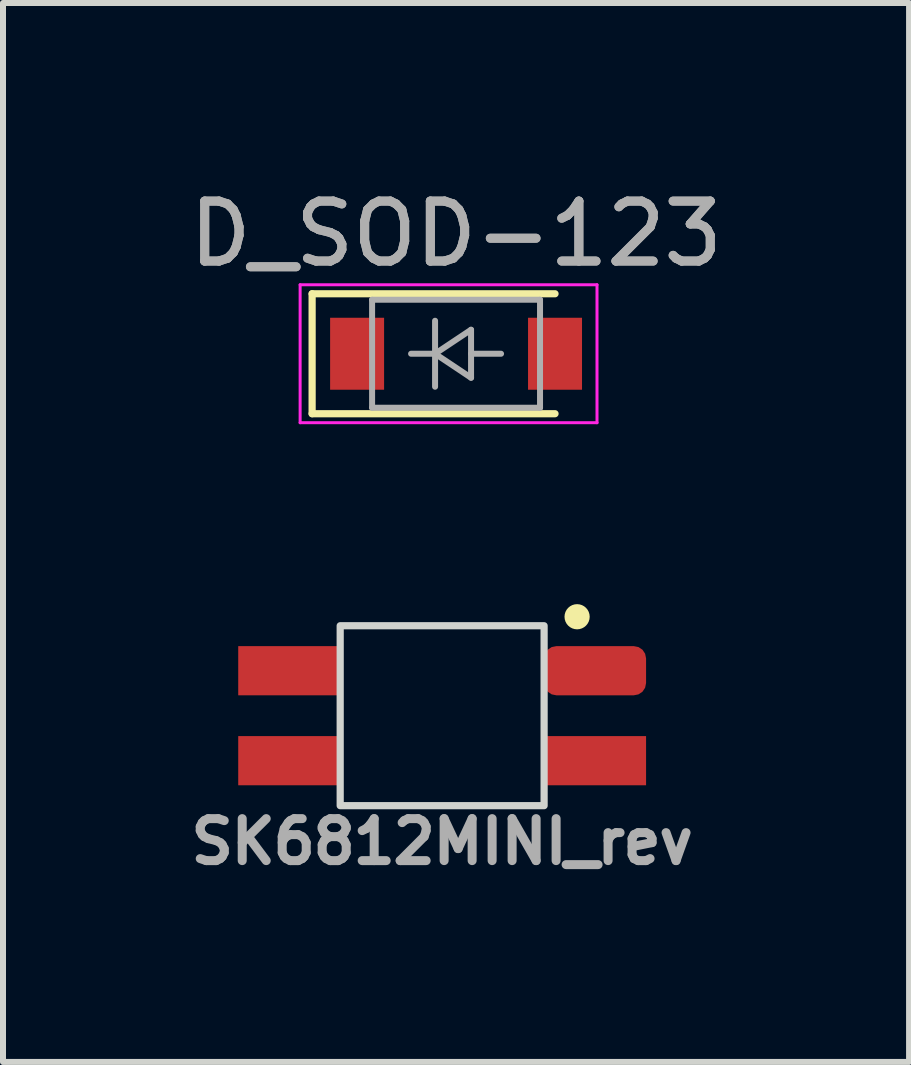
<source format=kicad_pcb>
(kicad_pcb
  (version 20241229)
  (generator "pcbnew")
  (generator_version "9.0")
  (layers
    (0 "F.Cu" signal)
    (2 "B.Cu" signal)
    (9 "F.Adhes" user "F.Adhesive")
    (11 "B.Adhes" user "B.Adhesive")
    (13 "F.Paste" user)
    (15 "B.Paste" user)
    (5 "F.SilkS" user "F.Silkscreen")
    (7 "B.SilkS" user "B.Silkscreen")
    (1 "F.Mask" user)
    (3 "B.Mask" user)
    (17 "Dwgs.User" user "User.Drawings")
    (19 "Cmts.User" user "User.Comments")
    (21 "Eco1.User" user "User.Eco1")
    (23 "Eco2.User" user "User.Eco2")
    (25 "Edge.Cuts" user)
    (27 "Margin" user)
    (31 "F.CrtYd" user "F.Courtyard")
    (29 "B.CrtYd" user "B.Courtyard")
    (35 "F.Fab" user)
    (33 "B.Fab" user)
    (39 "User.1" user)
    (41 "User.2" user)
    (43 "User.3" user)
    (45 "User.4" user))
  (footprint "D_SOD-123"
    (layer "F.Cu")
    (at 4.554 2.848)
    (property "Reference" "D_SOD-123" (at 0 -2 0) (layer "F.Fab") (effects (font (size 1 1) (thickness 0.15))))
    (attr smd)
    (fp_line (start -2.4 -1) (end -2.4 1) (stroke (width 0.12) (type solid)) (layer "F.SilkS"))
    (fp_line (start -2.4 -1) (end 1.65 -1) (stroke (width 0.12) (type solid)) (layer "F.SilkS"))
    (fp_line (start -2.4 1) (end 1.65 1) (stroke (width 0.12) (type solid)) (layer "F.SilkS"))
    (fp_line (start -2.6 -1.15) (end -2.6 1.15) (stroke (width 0.05) (type solid)) (layer "F.CrtYd"))
    (fp_line (start -2.6 -1.15) (end 2.35 -1.15) (stroke (width 0.05) (type solid)) (layer "F.CrtYd"))
    (fp_line (start 2.35 -1.15) (end 2.35 1.15) (stroke (width 0.05) (type solid)) (layer "F.CrtYd"))
    (fp_line (start 2.35 1.15) (end -2.6 1.15) (stroke (width 0.05) (type solid)) (layer "F.CrtYd"))
    (fp_line (start -1.4 -0.9) (end 1.4 -0.9) (stroke (width 0.1) (type solid)) (layer "F.Fab"))
    (fp_line (start -1.4 0.9) (end -1.4 -0.9) (stroke (width 0.1) (type solid)) (layer "F.Fab"))
    (fp_line (start -0.75 0) (end -0.35 0) (stroke (width 0.1) (type solid)) (layer "F.Fab"))
    (fp_line (start -0.35 0) (end -0.35 -0.55) (stroke (width 0.1) (type solid)) (layer "F.Fab"))
    (fp_line (start -0.35 0) (end -0.35 0.55) (stroke (width 0.1) (type solid)) (layer "F.Fab"))
    (fp_line (start -0.35 0) (end 0.25 -0.4) (stroke (width 0.1) (type solid)) (layer "F.Fab"))
    (fp_line (start 0.25 -0.4) (end 0.25 0.4) (stroke (width 0.1) (type solid)) (layer "F.Fab"))
    (fp_line (start 0.25 0) (end 0.75 0) (stroke (width 0.1) (type solid)) (layer "F.Fab"))
    (fp_line (start 0.25 0.4) (end -0.35 0) (stroke (width 0.1) (type solid)) (layer "F.Fab"))
    (fp_line (start 1.4 -0.9) (end 1.4 0.9) (stroke (width 0.1) (type solid)) (layer "F.Fab"))
    (fp_line (start 1.4 0.9) (end -1.4 0.9) (stroke (width 0.1) (type solid)) (layer "F.Fab"))
    (fp_text user "${REFERENCE}" (at 0 -2 0) (layer "F.Fab") (effects (font (size 1 1) (thickness 0.15))))
    (pad "1" smd rect (at -1.65 0) (size 0.9 1.2) (layers "F.Cu" "F.Mask" "F.Paste"))
    (pad "2" smd rect (at 1.65 0) (size 0.9 1.2) (layers "F.Cu" "F.Mask" "F.Paste")))
  (footprint "SK6812MINI_rev"
    (layer "F.Cu")
    (at 4.322 8.883)
    (property "Reference" "SK6812MINI_rev" (at 0 2.1 0) (unlocked yes) (layer "F.Fab") (effects (font (size 0.7 0.7) (thickness 0.15))))
    (fp_circle (center 2.25 -1.65) (end 2.4 -1.65) (stroke (width 0.12) (type solid)) (fill yes) (layer "F.SilkS"))
    (fp_rect (start 1.7 -1.5) (end -1.7 1.5) (stroke (width 0.12) (type solid)) (fill no) (layer "Edge.Cuts"))
    (pad "1" smd rect (at -2.55 0.75) (size 1.7 0.82) (layers "F.Cu" "F.Mask" "F.Paste"))
    (pad "2" smd rect (at -2.55 -0.75) (size 1.7 0.82) (layers "F.Cu" "F.Mask" "F.Paste"))
    (pad "3" smd roundrect (at 2.55 -0.75) (size 1.7 0.82) (layers "F.Cu" "F.Mask" "F.Paste") (roundrect_rratio 0.25))
    (pad "4" smd rect (at 2.55 0.75) (size 1.7 0.82) (layers "F.Cu" "F.Mask" "F.Paste")))
  (gr_rect
    (start -3 -3)
    (end 12.107 14.656)
    (stroke (width 0.1) (type default))
    (fill no)
    (layer "Edge.Cuts")))
</source>
